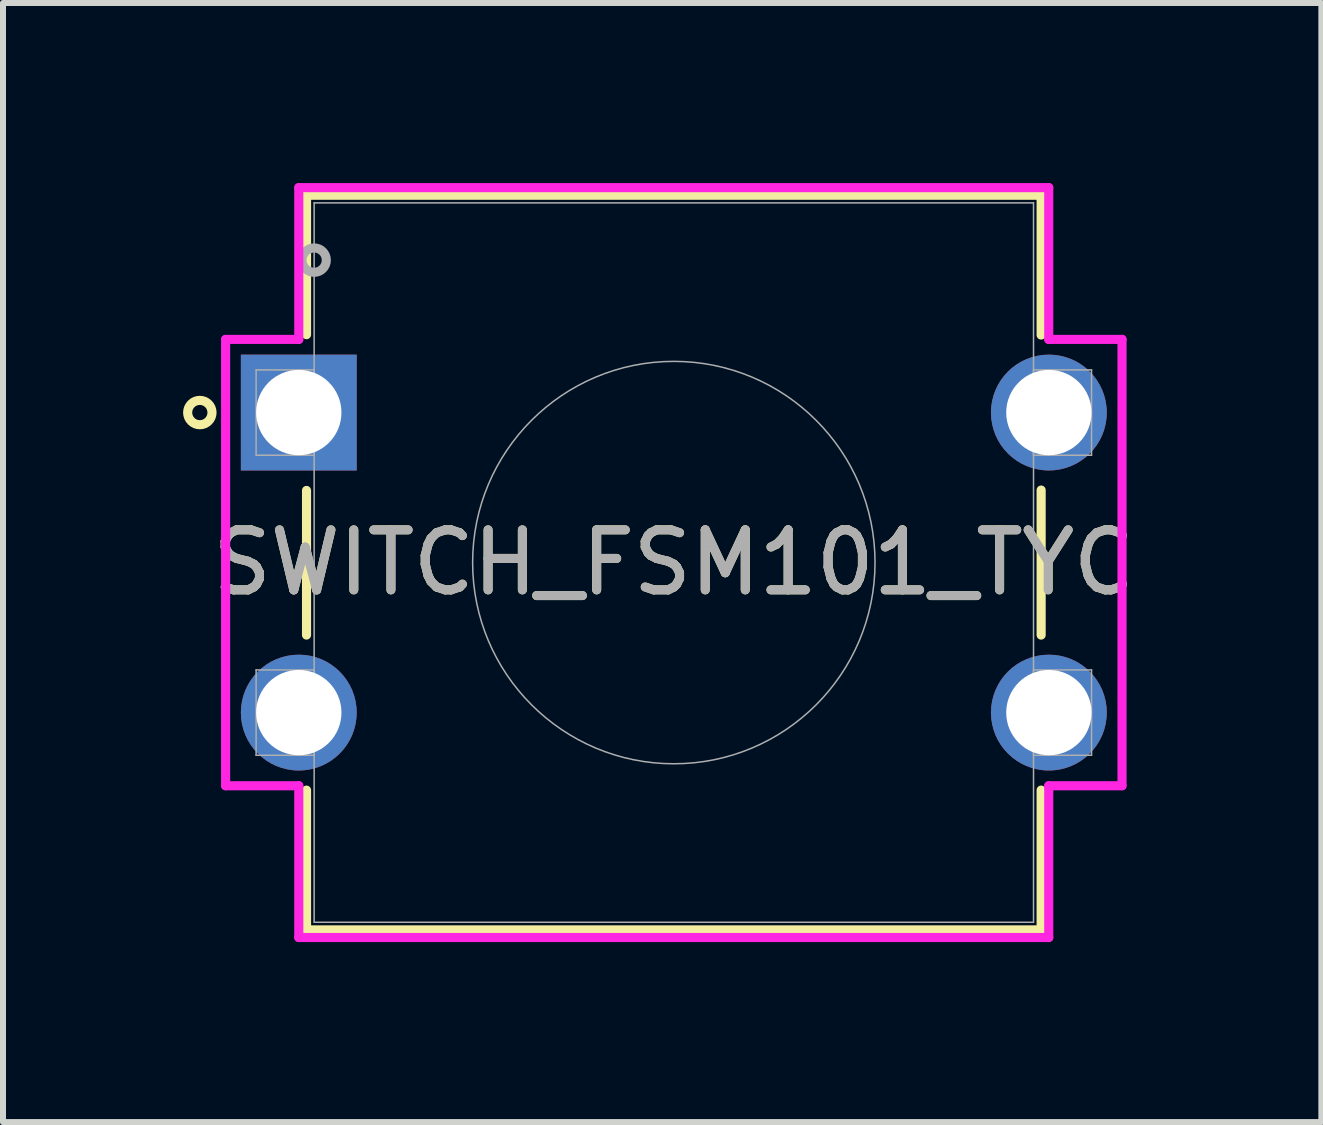
<source format=kicad_pcb>
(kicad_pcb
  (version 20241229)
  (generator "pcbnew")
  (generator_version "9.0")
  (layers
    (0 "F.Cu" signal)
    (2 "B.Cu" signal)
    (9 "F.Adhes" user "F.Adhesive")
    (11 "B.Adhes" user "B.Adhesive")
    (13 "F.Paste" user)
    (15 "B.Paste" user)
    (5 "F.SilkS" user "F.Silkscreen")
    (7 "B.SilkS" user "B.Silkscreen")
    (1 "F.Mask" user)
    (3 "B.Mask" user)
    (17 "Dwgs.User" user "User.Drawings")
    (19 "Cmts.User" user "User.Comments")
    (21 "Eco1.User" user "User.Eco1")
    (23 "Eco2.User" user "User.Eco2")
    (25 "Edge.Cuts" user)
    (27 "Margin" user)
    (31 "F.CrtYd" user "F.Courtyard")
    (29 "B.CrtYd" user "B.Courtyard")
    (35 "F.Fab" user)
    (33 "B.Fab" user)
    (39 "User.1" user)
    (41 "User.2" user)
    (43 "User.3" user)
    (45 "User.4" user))
  (footprint "SWITCH_FSM101_TYC"
    (layer "F.Cu")
    (at 1.929 3.825)
    (property "Reference" "SWITCH_FSM101_TYC" (at 6.25 2.5 0) (unlocked yes) (layer "F.SilkS") (effects (font (size 1 1) (thickness 0.15))))
    (attr through_hole)
    (fp_line (start 0.129 -3.621) (end 0.129 -1.298) (stroke (width 0.152) (type solid)) (layer "F.SilkS"))
    (fp_line (start 0.129 1.298) (end 0.129 3.708) (stroke (width 0.152) (type solid)) (layer "F.SilkS"))
    (fp_line (start 0.129 6.292) (end 0.129 8.621) (stroke (width 0.152) (type solid)) (layer "F.SilkS"))
    (fp_line (start 0.129 8.621) (end 12.371 8.621) (stroke (width 0.152) (type solid)) (layer "F.SilkS"))
    (fp_line (start 12.371 -3.621) (end 0.129 -3.621) (stroke (width 0.152) (type solid)) (layer "F.SilkS"))
    (fp_line (start 12.371 -1.292) (end 12.371 -3.621) (stroke (width 0.152) (type solid)) (layer "F.SilkS"))
    (fp_line (start 12.371 3.708) (end 12.371 1.292) (stroke (width 0.152) (type solid)) (layer "F.SilkS"))
    (fp_line (start 12.371 8.621) (end 12.371 6.292) (stroke (width 0.152) (type solid)) (layer "F.SilkS"))
    (fp_circle (center -1.649 0) (end -1.446 0) (stroke (width 0.152) (type solid)) (fill no) (layer "F.SilkS"))
    (fp_line (start -1.219 -1.219) (end 0 -1.219) (stroke (width 0.152) (type solid)) (layer "F.CrtYd"))
    (fp_line (start -1.219 6.219) (end -1.219 -1.219) (stroke (width 0.152) (type solid)) (layer "F.CrtYd"))
    (fp_line (start -1.219 6.219) (end 0 6.219) (stroke (width 0.152) (type solid)) (layer "F.CrtYd"))
    (fp_line (start 0 -3.748) (end 12.498 -3.748) (stroke (width 0.152) (type solid)) (layer "F.CrtYd"))
    (fp_line (start 0 -1.219) (end 0 -3.748) (stroke (width 0.152) (type solid)) (layer "F.CrtYd"))
    (fp_line (start 0 8.748) (end 0 6.219) (stroke (width 0.152) (type solid)) (layer "F.CrtYd"))
    (fp_line (start 12.498 -3.748) (end 12.498 -1.219) (stroke (width 0.152) (type solid)) (layer "F.CrtYd"))
    (fp_line (start 12.498 6.219) (end 12.498 8.748) (stroke (width 0.152) (type solid)) (layer "F.CrtYd"))
    (fp_line (start 12.498 8.748) (end 0 8.748) (stroke (width 0.152) (type solid)) (layer "F.CrtYd"))
    (fp_line (start 13.719 -1.219) (end 12.498 -1.219) (stroke (width 0.152) (type solid)) (layer "F.CrtYd"))
    (fp_line (start 13.719 -1.219) (end 13.719 6.219) (stroke (width 0.152) (type solid)) (layer "F.CrtYd"))
    (fp_line (start 13.719 6.219) (end 12.498 6.219) (stroke (width 0.152) (type solid)) (layer "F.CrtYd"))
    (fp_line (start -0.711 -0.711) (end -0.711 0.711) (stroke (width 0.025) (type solid)) (layer "F.Fab"))
    (fp_line (start -0.711 0.711) (end 0.256 0.711) (stroke (width 0.025) (type solid)) (layer "F.Fab"))
    (fp_line (start -0.711 4.289) (end -0.711 5.711) (stroke (width 0.025) (type solid)) (layer "F.Fab"))
    (fp_line (start -0.711 5.711) (end 0.256 5.711) (stroke (width 0.025) (type solid)) (layer "F.Fab"))
    (fp_line (start 0.256 -3.494) (end 0.256 8.494) (stroke (width 0.025) (type solid)) (layer "F.Fab"))
    (fp_line (start 0.256 -0.711) (end -0.711 -0.711) (stroke (width 0.025) (type solid)) (layer "F.Fab"))
    (fp_line (start 0.256 0.711) (end 0.256 -0.711) (stroke (width 0.025) (type solid)) (layer "F.Fab"))
    (fp_line (start 0.256 4.289) (end -0.711 4.289) (stroke (width 0.025) (type solid)) (layer "F.Fab"))
    (fp_line (start 0.256 5.711) (end 0.256 4.289) (stroke (width 0.025) (type solid)) (layer "F.Fab"))
    (fp_line (start 0.256 8.494) (end 12.244 8.494) (stroke (width 0.025) (type solid)) (layer "F.Fab"))
    (fp_line (start 12.244 -3.494) (end 0.256 -3.494) (stroke (width 0.025) (type solid)) (layer "F.Fab"))
    (fp_line (start 12.244 -0.711) (end 12.244 0.711) (stroke (width 0.025) (type solid)) (layer "F.Fab"))
    (fp_line (start 12.244 0.711) (end 13.211 0.711) (stroke (width 0.025) (type solid)) (layer "F.Fab"))
    (fp_line (start 12.244 4.289) (end 12.244 5.711) (stroke (width 0.025) (type solid)) (layer "F.Fab"))
    (fp_line (start 12.244 5.711) (end 13.211 5.711) (stroke (width 0.025) (type solid)) (layer "F.Fab"))
    (fp_line (start 12.244 8.494) (end 12.244 -3.494) (stroke (width 0.025) (type solid)) (layer "F.Fab"))
    (fp_line (start 13.211 -0.711) (end 12.244 -0.711) (stroke (width 0.025) (type solid)) (layer "F.Fab"))
    (fp_line (start 13.211 0.711) (end 13.211 -0.711) (stroke (width 0.025) (type solid)) (layer "F.Fab"))
    (fp_line (start 13.211 4.289) (end 12.244 4.289) (stroke (width 0.025) (type solid)) (layer "F.Fab"))
    (fp_line (start 13.211 5.711) (end 13.211 4.289) (stroke (width 0.025) (type solid)) (layer "F.Fab"))
    (fp_circle (center 0.256 -2.54) (end 0.459 -2.54) (stroke (width 0.152) (type solid)) (fill no) (layer "F.Fab"))
    (fp_circle (center 6.25 2.5) (end 9.603 2.5) (stroke (width 0.025) (type solid)) (fill no) (layer "F.Fab"))
    (fp_text user "${REFERENCE}" (at 6.25 2.5 0) (unlocked yes) (layer "F.Fab") (effects (font (size 1 1) (thickness 0.15))))
    (pad "1" thru_hole rect (at 0 0) (size 1.93 1.93) (drill 1.422) (layers "*.Cu" "*.Mask"))
    (pad "2" thru_hole circle (at 0 5) (size 1.93 1.93) (drill 1.422) (layers "*.Cu" "*.Mask"))
    (pad "3" thru_hole circle (at 12.5 5) (size 1.93 1.93) (drill 1.422) (layers "*.Cu" "*.Mask"))
    (pad "4" thru_hole circle (at 12.5 0) (size 1.93 1.93) (drill 1.422) (layers "*.Cu" "*.Mask")))
  (gr_rect
    (start -3 -3)
    (end 18.97 15.649)
    (stroke (width 0.1) (type default))
    (fill no)
    (layer "Edge.Cuts")))
</source>
